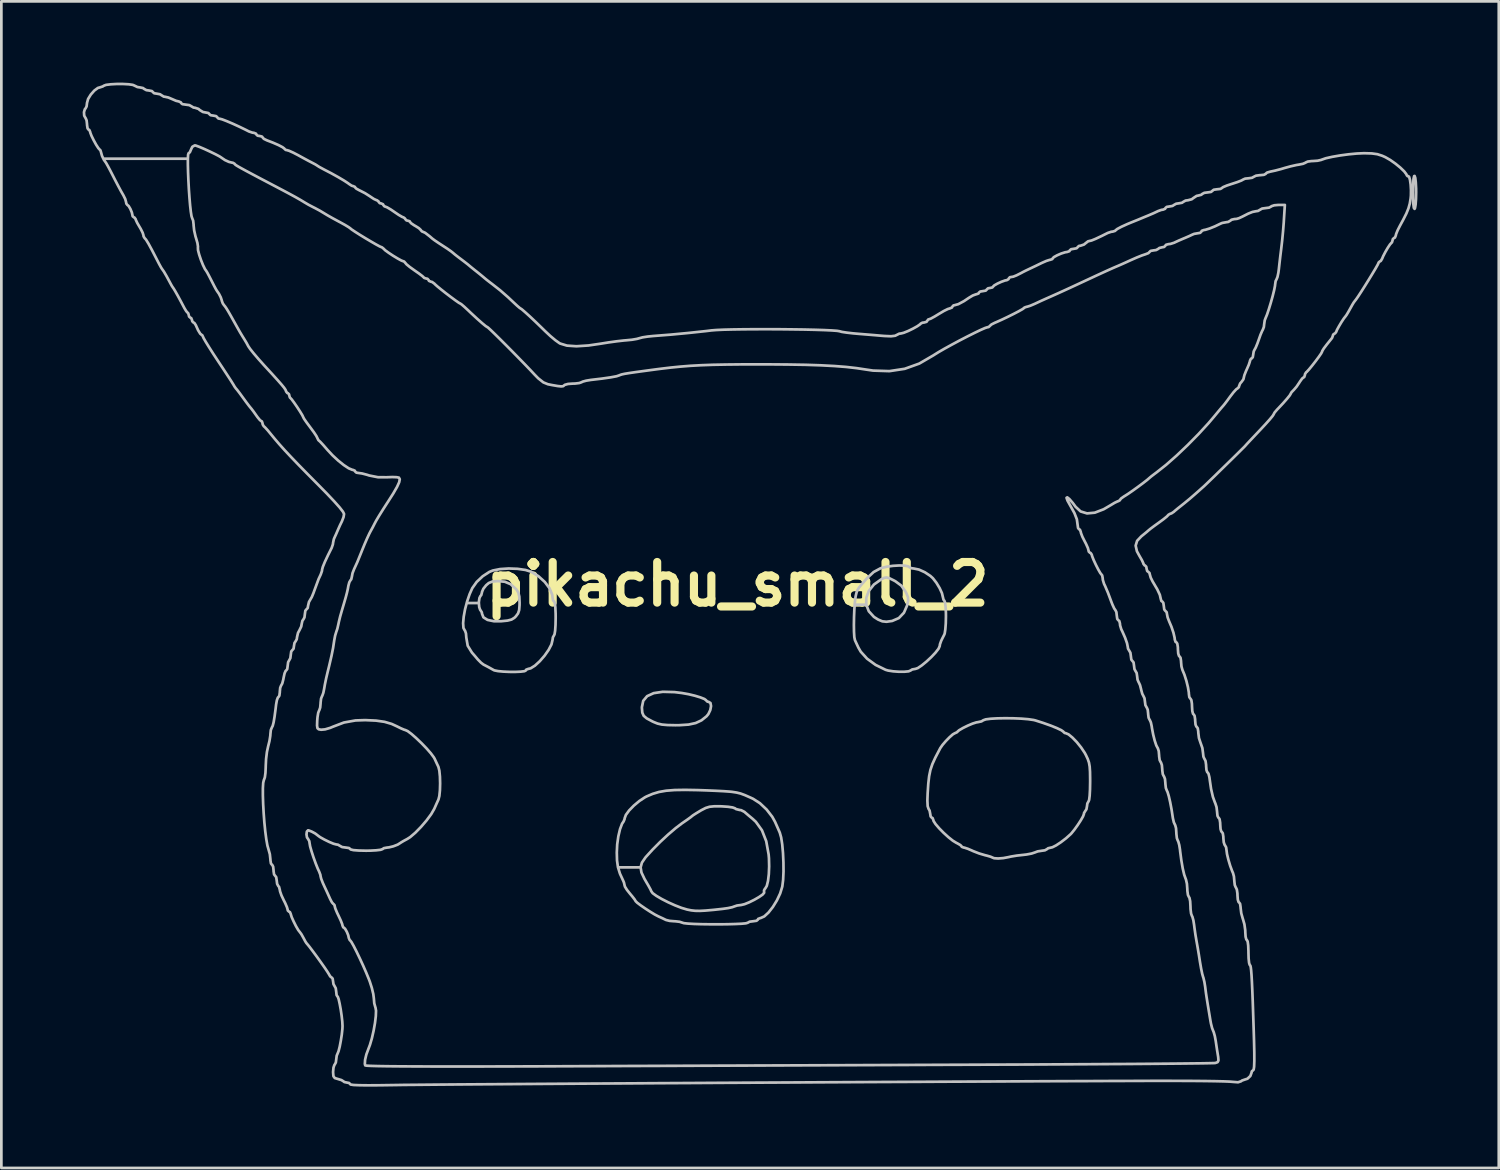
<source format=kicad_pcb>
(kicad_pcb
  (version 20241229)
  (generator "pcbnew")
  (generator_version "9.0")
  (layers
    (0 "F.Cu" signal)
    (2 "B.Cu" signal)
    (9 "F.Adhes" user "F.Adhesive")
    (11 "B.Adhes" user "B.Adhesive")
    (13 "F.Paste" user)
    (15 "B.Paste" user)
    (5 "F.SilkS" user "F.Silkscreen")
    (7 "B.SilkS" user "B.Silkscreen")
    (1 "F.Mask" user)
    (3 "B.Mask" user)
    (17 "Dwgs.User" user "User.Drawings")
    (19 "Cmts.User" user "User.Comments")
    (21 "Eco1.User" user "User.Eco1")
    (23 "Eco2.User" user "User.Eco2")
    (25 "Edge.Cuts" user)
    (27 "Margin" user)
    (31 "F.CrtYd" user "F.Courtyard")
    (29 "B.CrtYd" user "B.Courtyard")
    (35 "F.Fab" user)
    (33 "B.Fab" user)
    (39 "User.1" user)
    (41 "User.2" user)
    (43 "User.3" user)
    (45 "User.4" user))
  (footprint "pikachu_small_2"
    (layer "F.Cu")
    (at 24.174 18.517)
    (property "Reference" "pikachu_small_2" (at 0 0 0) (layer "F.SilkS") (effects (font (size 1.5 1.5) (thickness 0.3))))
    (attr board_only exclude_from_pos_files exclude_from_bom)
    (fp_poly (pts (xy 25.02 -15.002) (xy 25.039 -14.842) (xy 25.051 -14.618) (xy 25.053 -14.465) (xy 25.047 -14.214) (xy 25.032 -14.013) (xy 25.01 -13.886) (xy 24.995 -13.857) (xy 24.967 -13.894) (xy 24.948 -14.041) (xy 24.939 -14.292) (xy 24.937 -14.465) (xy 24.942 -14.768) (xy 24.956 -14.971) (xy 24.979 -15.067) (xy 24.995 -15.072)) (stroke (width 0.1) (type solid)) (fill no) (layer "Dwgs.User"))
    (fp_poly (pts (xy -2.325 3.982) (xy -2.054 4.015) (xy -1.812 4.058) (xy -1.574 4.115) (xy -1.369 4.177) (xy -1.221 4.236) (xy -1.158 4.283) (xy -1.157 4.287) (xy -1.11 4.334) (xy -1.07 4.339) (xy -0.997 4.384) (xy -0.976 4.497) (xy -1.004 4.644) (xy -1.075 4.793) (xy -1.143 4.875) (xy -1.331 5.025) (xy -1.544 5.124) (xy -1.807 5.181) (xy -2.148 5.203) (xy -2.298 5.204) (xy -2.583 5.198) (xy -2.789 5.18) (xy -2.951 5.143) (xy -3.105 5.081) (xy -3.15 5.059) (xy -3.348 4.953) (xy -3.462 4.857) (xy -3.514 4.74) (xy -3.528 4.57) (xy -3.528 4.538) (xy -3.48 4.304) (xy -3.335 4.131) (xy -3.093 4.02) (xy -2.756 3.97)) (stroke (width 0.1) (type solid)) (fill no) (layer "Dwgs.User"))
    (fp_poly (pts (xy 6.169 -0.687) (xy 6.301 -0.661) (xy 6.336 -0.636) (xy 6.415 -0.592) (xy 6.515 -0.579) (xy 6.7 -0.541) (xy 6.917 -0.442) (xy 7.119 -0.308) (xy 7.212 -0.223) (xy 7.344 -0.053) (xy 7.463 0.144) (xy 7.548 0.33) (xy 7.579 0.461) (xy 7.606 0.571) (xy 7.637 0.608) (xy 7.663 0.678) (xy 7.682 0.836) (xy 7.694 1.057) (xy 7.695 1.19) (xy 7.689 1.443) (xy 7.673 1.661) (xy 7.65 1.813) (xy 7.637 1.852) (xy 7.56 2.005) (xy 7.522 2.082) (xy 7.474 2.216) (xy 7.464 2.286) (xy 7.421 2.382) (xy 7.309 2.525) (xy 7.153 2.69) (xy 6.976 2.855) (xy 6.802 2.997) (xy 6.656 3.095) (xy 6.571 3.124) (xy 6.449 3.146) (xy 6.393 3.182) (xy 6.317 3.215) (xy 6.16 3.23) (xy 5.959 3.23) (xy 5.748 3.215) (xy 5.561 3.186) (xy 5.468 3.159) (xy 5.099 2.978) (xy 4.785 2.749) (xy 4.551 2.491) (xy 4.463 2.339) (xy 4.386 2.174) (xy 4.336 2.065) (xy 4.313 1.954) (xy 4.301 1.755) (xy 4.297 1.498) (xy 4.302 1.211) (xy 4.314 0.923) (xy 4.327 0.756) (xy 4.754 0.756) (xy 4.848 0.998) (xy 5.038 1.206) (xy 5.191 1.304) (xy 5.347 1.369) (xy 5.499 1.385) (xy 5.704 1.356) (xy 5.713 1.354) (xy 5.957 1.249) (xy 6.145 1.051) (xy 6.259 0.788) (xy 6.299 0.611) (xy 6.294 0.482) (xy 6.238 0.34) (xy 6.199 0.263) (xy 6.047 0.051) (xy 5.83 -0.109) (xy 5.781 -0.136) (xy 5.614 -0.219) (xy 5.507 -0.251) (xy 5.418 -0.237) (xy 5.312 -0.185) (xy 5.036 0.011) (xy 4.849 0.245) (xy 4.755 0.5) (xy 4.754 0.756) (xy 4.327 0.756) (xy 4.334 0.662) (xy 4.36 0.456) (xy 4.37 0.408) (xy 4.396 0.301) (xy 4.431 0.213) (xy 4.49 0.119) (xy 4.591 -0.005) (xy 4.749 -0.185) (xy 4.79 -0.231) (xy 5.026 -0.451) (xy 5.273 -0.585) (xy 5.322 -0.602) (xy 5.518 -0.649) (xy 5.745 -0.68) (xy 5.973 -0.693)) (stroke (width 0.1) (type solid)) (fill no) (layer "Dwgs.User"))
    (fp_poly (pts (xy -8.118 -0.569) (xy -7.826 -0.527) (xy -7.622 -0.463) (xy -7.347 -0.296) (xy -7.112 -0.083) (xy -6.936 0.153) (xy -6.839 0.387) (xy -6.827 0.491) (xy -6.808 0.6) (xy -6.769 0.636) (xy -6.743 0.692) (xy -6.724 0.847) (xy -6.713 1.085) (xy -6.712 1.241) (xy -6.717 1.501) (xy -6.731 1.711) (xy -6.753 1.845) (xy -6.769 1.88) (xy -6.814 1.96) (xy -6.827 2.056) (xy -6.867 2.222) (xy -6.973 2.425) (xy -7.123 2.639) (xy -7.298 2.841) (xy -7.476 3.004) (xy -7.637 3.105) (xy -7.72 3.124) (xy -7.8 3.154) (xy -7.811 3.182) (xy -7.864 3.21) (xy -8.003 3.227) (xy -8.199 3.236) (xy -8.422 3.235) (xy -8.645 3.225) (xy -8.837 3.207) (xy -8.97 3.181) (xy -8.997 3.17) (xy -9.131 3.095) (xy -9.2 3.057) (xy -9.33 2.989) (xy -9.372 2.968) (xy -9.464 2.899) (xy -9.581 2.781) (xy -9.599 2.76) (xy -9.709 2.63) (xy -9.795 2.532) (xy -9.803 2.523) (xy -9.959 2.27) (xy -10.01 1.971) (xy -10.023 1.817) (xy -10.056 1.718) (xy -10.067 1.707) (xy -10.116 1.614) (xy -10.128 1.437) (xy -10.107 1.2) (xy -10.057 0.926) (xy -9.996 0.694) (xy -9.547 0.694) (xy -9.533 0.847) (xy -9.499 0.945) (xy -9.489 0.955) (xy -9.438 1.037) (xy -9.431 1.089) (xy -9.378 1.222) (xy -9.228 1.316) (xy -8.995 1.365) (xy -8.717 1.365) (xy -8.49 1.342) (xy -8.341 1.304) (xy -8.236 1.239) (xy -8.182 1.186) (xy -8.101 1.078) (xy -8.059 0.953) (xy -8.045 0.768) (xy -8.044 0.677) (xy -8.054 0.455) (xy -8.089 0.308) (xy -8.159 0.196) (xy -8.178 0.174) (xy -8.376 -0.003) (xy -8.588 -0.092) (xy -8.844 -0.116) (xy -9.043 -0.101) (xy -9.182 -0.045) (xy -9.278 0.037) (xy -9.38 0.165) (xy -9.43 0.28) (xy -9.431 0.294) (xy -9.459 0.401) (xy -9.489 0.434) (xy -9.526 0.51) (xy -9.546 0.653) (xy -9.547 0.694) (xy -9.996 0.694) (xy -9.982 0.638) (xy -9.887 0.362) (xy -9.79 0.145) (xy -9.628 -0.084) (xy -9.404 -0.296) (xy -9.16 -0.455) (xy -9.034 -0.506) (xy -8.764 -0.56) (xy -8.445 -0.581)) (stroke (width 0.1) (type solid)) (fill no) (layer "Dwgs.User"))
    (fp_poly (pts (xy 10.179 4.949) (xy 10.472 4.961) (xy 10.731 4.982) (xy 10.931 5.011) (xy 10.993 5.026) (xy 11.286 5.12) (xy 11.557 5.216) (xy 11.785 5.308) (xy 11.95 5.386) (xy 12.03 5.442) (xy 12.035 5.453) (xy 12.081 5.492) (xy 12.116 5.497) (xy 12.221 5.542) (xy 12.365 5.661) (xy 12.528 5.83) (xy 12.686 6.027) (xy 12.819 6.226) (xy 12.861 6.304) (xy 12.93 6.451) (xy 12.975 6.583) (xy 13.001 6.732) (xy 13.014 6.928) (xy 13.018 7.2) (xy 13.018 7.298) (xy 13.013 7.583) (xy 13 7.811) (xy 12.981 7.962) (xy 12.96 8.013) (xy 12.915 8.093) (xy 12.903 8.187) (xy 12.881 8.308) (xy 12.845 8.361) (xy 12.793 8.444) (xy 12.787 8.486) (xy 12.755 8.572) (xy 12.672 8.717) (xy 12.559 8.89) (xy 12.437 9.06) (xy 12.327 9.196) (xy 12.296 9.228) (xy 12.126 9.38) (xy 11.938 9.524) (xy 11.761 9.641) (xy 11.625 9.71) (xy 11.58 9.72) (xy 11.467 9.746) (xy 11.427 9.778) (xy 11.348 9.822) (xy 11.246 9.836) (xy 11.08 9.862) (xy 10.981 9.9) (xy 10.857 9.941) (xy 10.668 9.977) (xy 10.537 9.992) (xy 10.311 10.017) (xy 10.098 10.052) (xy 10.01 10.072) (xy 9.814 10.109) (xy 9.622 10.124) (xy 9.474 10.114) (xy 9.416 10.091) (xy 9.343 10.058) (xy 9.2 10.017) (xy 9.14 10.003) (xy 8.924 9.939) (xy 8.7 9.852) (xy 8.662 9.834) (xy 8.502 9.765) (xy 8.378 9.724) (xy 8.35 9.72) (xy 8.28 9.694) (xy 8.274 9.677) (xy 8.226 9.627) (xy 8.11 9.561) (xy 8.086 9.55) (xy 7.952 9.469) (xy 7.785 9.336) (xy 7.607 9.174) (xy 7.441 9.005) (xy 7.311 8.853) (xy 7.239 8.741) (xy 7.232 8.712) (xy 7.202 8.632) (xy 7.174 8.621) (xy 7.13 8.572) (xy 7.117 8.488) (xy 7.091 8.355) (xy 7.053 8.291) (xy 7.02 8.191) (xy 7.01 7.983) (xy 7.02 7.715) (xy 7.044 7.358) (xy 7.075 7.083) (xy 7.122 6.854) (xy 7.195 6.638) (xy 7.303 6.401) (xy 7.456 6.108) (xy 7.488 6.047) (xy 7.57 5.93) (xy 7.692 5.788) (xy 7.827 5.65) (xy 7.948 5.543) (xy 8.027 5.497) (xy 8.031 5.497) (xy 8.105 5.462) (xy 8.11 5.453) (xy 8.178 5.392) (xy 8.319 5.309) (xy 8.497 5.221) (xy 8.676 5.145) (xy 8.82 5.099) (xy 8.869 5.092) (xy 9.007 5.062) (xy 9.075 5.02) (xy 9.165 4.988) (xy 9.345 4.965) (xy 9.591 4.951) (xy 9.877 4.946)) (stroke (width 0.1) (type solid)) (fill no) (layer "Dwgs.User"))
    (fp_poly (pts (xy -1.475 7.599) (xy -1.125 7.611) (xy -0.793 7.625) (xy -0.505 7.64) (xy -0.29 7.655) (xy -0.203 7.664) (xy -0.031 7.69) (xy 0.115 7.726) (xy 0.276 7.786) (xy 0.489 7.88) (xy 0.575 7.92) (xy 0.827 8.082) (xy 1.076 8.317) (xy 1.284 8.585) (xy 1.386 8.771) (xy 1.468 8.956) (xy 1.537 9.113) (xy 1.562 9.171) (xy 1.612 9.347) (xy 1.652 9.608) (xy 1.68 9.925) (xy 1.696 10.268) (xy 1.699 10.607) (xy 1.685 10.912) (xy 1.655 11.153) (xy 1.652 11.167) (xy 1.576 11.414) (xy 1.455 11.671) (xy 1.306 11.913) (xy 1.146 12.118) (xy 0.989 12.262) (xy 0.854 12.323) (xy 0.841 12.324) (xy 0.763 12.354) (xy 0.752 12.382) (xy 0.702 12.423) (xy 0.582 12.44) (xy 0.448 12.457) (xy 0.376 12.497) (xy 0.309 12.517) (xy 0.147 12.532) (xy -0.088 12.543) (xy -0.374 12.551) (xy -0.691 12.554) (xy -1.016 12.553) (xy -1.329 12.549) (xy -1.608 12.54) (xy -1.832 12.527) (xy -1.98 12.511) (xy -2.025 12.497) (xy -2.139 12.46) (xy -2.304 12.441) (xy -2.33 12.441) (xy -2.502 12.427) (xy -2.636 12.394) (xy -2.648 12.389) (xy -2.773 12.328) (xy -2.922 12.26) (xy -3.052 12.192) (xy -3.222 12.089) (xy -3.405 11.97) (xy -3.574 11.853) (xy -3.701 11.757) (xy -3.761 11.698) (xy -3.762 11.694) (xy -3.798 11.634) (xy -3.888 11.518) (xy -3.964 11.428) (xy -4.079 11.284) (xy -4.152 11.167) (xy -4.166 11.123) (xy -4.191 11.011) (xy -4.217 10.949) (xy -4.339 10.683) (xy -4.411 10.451) (xy -3.576 10.451) (xy -3.545 10.641) (xy -3.434 10.876) (xy -3.385 10.96) (xy -3.283 11.135) (xy -3.21 11.268) (xy -3.182 11.333) (xy -3.131 11.404) (xy -2.995 11.503) (xy -2.797 11.619) (xy -2.562 11.739) (xy -2.311 11.852) (xy -2.069 11.946) (xy -1.858 12.009) (xy -1.854 12.01) (xy -1.707 12.039) (xy -1.56 12.055) (xy -1.389 12.058) (xy -1.171 12.046) (xy -0.882 12.02) (xy -0.55 11.984) (xy -0.351 11.956) (xy -0.193 11.922) (xy -0.126 11.897) (xy -0.016 11.86) (xy 0.138 11.84) (xy 0.262 11.81) (xy 0.433 11.741) (xy 0.621 11.648) (xy 0.796 11.547) (xy 0.927 11.456) (xy 0.983 11.39) (xy 0.984 11.386) (xy 0.979 11.303) (xy 1.013 11.241) (xy 1.025 11.231) (xy 1.082 11.135) (xy 1.127 10.95) (xy 1.157 10.701) (xy 1.169 10.415) (xy 1.162 10.118) (xy 1.15 9.977) (xy 1.061 9.485) (xy 0.904 9.084) (xy 0.678 8.77) (xy 0.557 8.658) (xy 0.41 8.536) (xy 0.292 8.435) (xy 0.258 8.404) (xy 0.136 8.341) (xy 0.074 8.332) (xy -0.051 8.301) (xy -0.096 8.27) (xy -0.18 8.24) (xy -0.347 8.215) (xy -0.564 8.2) (xy -0.614 8.198) (xy -0.858 8.197) (xy -1.03 8.214) (xy -1.173 8.258) (xy -1.329 8.338) (xy -1.36 8.356) (xy -1.521 8.453) (xy -1.638 8.528) (xy -1.678 8.559) (xy -1.737 8.607) (xy -1.865 8.699) (xy -2.036 8.817) (xy -2.045 8.823) (xy -2.281 9.002) (xy -2.561 9.241) (xy -2.855 9.514) (xy -3.133 9.794) (xy -3.367 10.051) (xy -3.401 10.091) (xy -3.528 10.277) (xy -3.576 10.451) (xy -4.411 10.451) (xy -4.412 10.449) (xy -4.447 10.197) (xy -4.455 9.904) (xy -4.44 9.601) (xy -4.398 9.303) (xy -4.336 9.04) (xy -4.261 8.841) (xy -4.204 8.756) (xy -4.168 8.668) (xy -4.166 8.641) (xy -4.12 8.515) (xy -4 8.351) (xy -3.827 8.173) (xy -3.626 8.004) (xy -3.419 7.867) (xy -3.352 7.832) (xy -3.129 7.737) (xy -2.898 7.668) (xy -2.635 7.622) (xy -2.321 7.597) (xy -1.933 7.591)) (stroke (width 0.1) (type solid)) (fill no) (layer "Dwgs.User"))
    (fp_poly (pts (xy -22.478 -18.456) (xy -22.323 -18.434) (xy -22.262 -18.408) (xy -22.152 -18.354) (xy -22.065 -18.341) (xy -21.947 -18.318) (xy -21.9 -18.283) (xy -21.82 -18.239) (xy -21.723 -18.226) (xy -21.615 -18.205) (xy -21.581 -18.168) (xy -21.532 -18.124) (xy -21.44 -18.11) (xy -21.318 -18.088) (xy -21.263 -18.052) (xy -21.18 -18.001) (xy -21.13 -17.994) (xy -21.01 -17.968) (xy -20.866 -17.907) (xy -20.725 -17.846) (xy -20.62 -17.821) (xy -20.547 -17.787) (xy -20.54 -17.763) (xy -20.49 -17.722) (xy -20.37 -17.705) (xy -20.236 -17.687) (xy -20.164 -17.647) (xy -20.082 -17.597) (xy -20.023 -17.589) (xy -19.898 -17.547) (xy -19.846 -17.502) (xy -19.733 -17.433) (xy -19.636 -17.415) (xy -19.531 -17.395) (xy -19.498 -17.358) (xy -19.449 -17.314) (xy -19.354 -17.3) (xy -19.245 -17.28) (xy -19.209 -17.242) (xy -19.162 -17.192) (xy -19.112 -17.184) (xy -19.021 -17.16) (xy -18.853 -17.095) (xy -18.634 -17.002) (xy -18.39 -16.89) (xy -18.149 -16.773) (xy -18.038 -16.716) (xy -17.908 -16.671) (xy -17.85 -16.663) (xy -17.773 -16.632) (xy -17.763 -16.605) (xy -17.714 -16.558) (xy -17.647 -16.548) (xy -17.553 -16.526) (xy -17.531 -16.495) (xy -17.483 -16.441) (xy -17.372 -16.387) (xy -17.144 -16.299) (xy -16.943 -16.211) (xy -16.794 -16.133) (xy -16.724 -16.079) (xy -16.721 -16.071) (xy -16.675 -16.031) (xy -16.64 -16.027) (xy -16.55 -16) (xy -16.395 -15.93) (xy -16.22 -15.839) (xy -16.015 -15.726) (xy -15.823 -15.623) (xy -15.709 -15.564) (xy -15.582 -15.497) (xy -15.508 -15.45) (xy -15.506 -15.448) (xy -15.44 -15.406) (xy -15.312 -15.336) (xy -15.275 -15.316) (xy -14.996 -15.171) (xy -14.737 -15.027) (xy -14.524 -14.901) (xy -14.379 -14.806) (xy -14.344 -14.779) (xy -14.24 -14.711) (xy -14.185 -14.696) (xy -14.121 -14.667) (xy -14.118 -14.652) (xy -14.07 -14.603) (xy -13.953 -14.539) (xy -13.929 -14.528) (xy -13.75 -14.436) (xy -13.569 -14.321) (xy -13.557 -14.312) (xy -13.425 -14.224) (xy -13.326 -14.178) (xy -13.311 -14.175) (xy -13.252 -14.134) (xy -13.25 -14.118) (xy -13.203 -14.066) (xy -13.163 -14.06) (xy -13.086 -14.028) (xy -13.076 -14.002) (xy -13.031 -13.947) (xy -13.011 -13.944) (xy -12.932 -13.912) (xy -12.793 -13.83) (xy -12.663 -13.741) (xy -12.504 -13.633) (xy -12.378 -13.56) (xy -12.324 -13.539) (xy -12.268 -13.495) (xy -12.266 -13.481) (xy -12.219 -13.43) (xy -12.179 -13.423) (xy -12.102 -13.399) (xy -12.092 -13.379) (xy -12.046 -13.325) (xy -11.932 -13.248) (xy -11.89 -13.225) (xy -11.762 -13.145) (xy -11.692 -13.079) (xy -11.687 -13.067) (xy -11.643 -13.02) (xy -11.63 -13.018) (xy -11.531 -12.974) (xy -11.359 -12.841) (xy -11.262 -12.757) (xy -11.18 -12.696) (xy -11.034 -12.597) (xy -10.887 -12.501) (xy -10.713 -12.388) (xy -10.575 -12.291) (xy -10.511 -12.24) (xy -10.426 -12.168) (xy -10.288 -12.061) (xy -10.212 -12.004) (xy -10.063 -11.891) (xy -9.949 -11.802) (xy -9.916 -11.774) (xy -9.834 -11.705) (xy -9.701 -11.598) (xy -9.631 -11.543) (xy -9.488 -11.428) (xy -9.378 -11.337) (xy -9.348 -11.311) (xy -9.267 -11.244) (xy -9.132 -11.139) (xy -9.055 -11.081) (xy -8.759 -10.849) (xy -8.47 -10.596) (xy -8.262 -10.4) (xy -8.133 -10.28) (xy -8.041 -10.201) (xy -8.013 -10.183) (xy -7.957 -10.145) (xy -7.834 -10.039) (xy -7.66 -9.881) (xy -7.451 -9.684) (xy -7.223 -9.463) (xy -7.096 -9.339) (xy -6.907 -9.162) (xy -6.722 -9.007) (xy -6.575 -8.902) (xy -6.548 -8.886) (xy -6.296 -8.809) (xy -5.946 -8.785) (xy -5.501 -8.814) (xy -5.063 -8.878) (xy -4.764 -8.926) (xy -4.459 -8.968) (xy -4.196 -8.998) (xy -4.108 -9.005) (xy -3.893 -9.026) (xy -3.712 -9.057) (xy -3.616 -9.084) (xy -3.503 -9.114) (xy -3.314 -9.143) (xy -3.087 -9.166) (xy -3.067 -9.167) (xy -2.467 -9.214) (xy -1.811 -9.276) (xy -1.159 -9.346) (xy -0.955 -9.371) (xy -0.775 -9.385) (xy -0.51 -9.397) (xy -0.175 -9.405) (xy 0.216 -9.411) (xy 0.646 -9.414) (xy 1.1 -9.415) (xy 1.564 -9.413) (xy 2.021 -9.408) (xy 2.456 -9.402) (xy 2.854 -9.393) (xy 3.2 -9.382) (xy 3.478 -9.369) (xy 3.672 -9.355) (xy 3.769 -9.339) (xy 3.773 -9.337) (xy 3.856 -9.315) (xy 4.028 -9.289) (xy 4.26 -9.262) (xy 4.452 -9.245) (xy 4.756 -9.22) (xy 5.063 -9.195) (xy 5.327 -9.172) (xy 5.431 -9.164) (xy 5.668 -9.154) (xy 5.821 -9.173) (xy 5.862 -9.194) (xy 5.97 -9.249) (xy 6.036 -9.257) (xy 6.139 -9.283) (xy 6.297 -9.347) (xy 6.474 -9.433) (xy 6.633 -9.521) (xy 6.739 -9.594) (xy 6.76 -9.619) (xy 6.826 -9.655) (xy 6.89 -9.662) (xy 6.981 -9.688) (xy 7.001 -9.72) (xy 7.045 -9.776) (xy 7.062 -9.778) (xy 7.139 -9.807) (xy 7.28 -9.884) (xy 7.439 -9.981) (xy 7.616 -10.086) (xy 7.763 -10.159) (xy 7.841 -10.183) (xy 7.917 -10.215) (xy 7.927 -10.241) (xy 7.973 -10.293) (xy 8.007 -10.299) (xy 8.153 -10.339) (xy 8.364 -10.453) (xy 8.544 -10.574) (xy 8.686 -10.659) (xy 8.802 -10.702) (xy 8.818 -10.704) (xy 8.898 -10.733) (xy 8.91 -10.762) (xy 8.96 -10.805) (xy 9.055 -10.82) (xy 9.164 -10.839) (xy 9.2 -10.877) (xy 9.248 -10.924) (xy 9.315 -10.935) (xy 9.409 -10.955) (xy 9.431 -10.982) (xy 9.479 -11.031) (xy 9.596 -11.098) (xy 9.742 -11.165) (xy 9.876 -11.213) (xy 9.942 -11.225) (xy 10.006 -11.263) (xy 10.01 -11.282) (xy 10.056 -11.334) (xy 10.097 -11.34) (xy 10.18 -11.354) (xy 10.3 -11.402) (xy 10.485 -11.496) (xy 10.53 -11.521) (xy 10.639 -11.576) (xy 10.794 -11.65) (xy 10.82 -11.662) (xy 11.012 -11.753) (xy 11.217 -11.853) (xy 11.245 -11.866) (xy 11.402 -11.935) (xy 11.524 -11.974) (xy 11.548 -11.977) (xy 11.622 -12.004) (xy 11.63 -12.023) (xy 11.678 -12.075) (xy 11.798 -12.142) (xy 11.95 -12.208) (xy 12.094 -12.254) (xy 12.17 -12.266) (xy 12.253 -12.295) (xy 12.266 -12.324) (xy 12.316 -12.367) (xy 12.411 -12.382) (xy 12.519 -12.402) (xy 12.555 -12.44) (xy 12.603 -12.488) (xy 12.664 -12.497) (xy 12.792 -12.54) (xy 12.845 -12.584) (xy 12.94 -12.658) (xy 12.991 -12.671) (xy 13.072 -12.69) (xy 13.219 -12.75) (xy 13.446 -12.857) (xy 13.668 -12.968) (xy 13.796 -13.011) (xy 13.852 -13.018) (xy 13.939 -13.044) (xy 13.954 -13.062) (xy 14.02 -13.115) (xy 14.175 -13.197) (xy 14.395 -13.297) (xy 14.523 -13.35) (xy 14.696 -13.42) (xy 14.812 -13.467) (xy 14.96 -13.529) (xy 15.145 -13.605) (xy 15.188 -13.623) (xy 15.358 -13.696) (xy 15.494 -13.76) (xy 15.52 -13.773) (xy 15.649 -13.82) (xy 15.708 -13.828) (xy 15.785 -13.859) (xy 15.795 -13.886) (xy 15.845 -13.93) (xy 15.937 -13.944) (xy 16.059 -13.965) (xy 16.114 -14.002) (xy 16.194 -14.047) (xy 16.287 -14.06) (xy 16.408 -14.082) (xy 16.461 -14.118) (xy 16.541 -14.163) (xy 16.631 -14.175) (xy 16.768 -14.211) (xy 16.837 -14.262) (xy 16.949 -14.336) (xy 17.014 -14.349) (xy 17.122 -14.377) (xy 17.155 -14.407) (xy 17.233 -14.449) (xy 17.361 -14.465) (xy 17.481 -14.482) (xy 17.531 -14.523) (xy 17.581 -14.563) (xy 17.703 -14.58) (xy 17.705 -14.58) (xy 17.827 -14.593) (xy 17.878 -14.623) (xy 17.878 -14.624) (xy 17.929 -14.661) (xy 18.063 -14.717) (xy 18.252 -14.78) (xy 18.26 -14.782) (xy 18.454 -14.846) (xy 18.601 -14.903) (xy 18.668 -14.941) (xy 18.668 -14.941) (xy 18.74 -14.973) (xy 18.862 -14.985) (xy 18.994 -15.004) (xy 19.064 -15.043) (xy 19.141 -15.082) (xy 19.282 -15.101) (xy 19.299 -15.101) (xy 19.432 -15.114) (xy 19.497 -15.147) (xy 19.498 -15.153) (xy 19.549 -15.196) (xy 19.672 -15.232) (xy 19.686 -15.235) (xy 19.85 -15.27) (xy 20.064 -15.326) (xy 20.193 -15.365) (xy 20.415 -15.426) (xy 20.631 -15.475) (xy 20.728 -15.491) (xy 20.877 -15.521) (xy 20.97 -15.562) (xy 20.978 -15.57) (xy 21.051 -15.603) (xy 21.193 -15.621) (xy 21.238 -15.622) (xy 21.413 -15.634) (xy 21.551 -15.665) (xy 21.568 -15.673) (xy 21.718 -15.725) (xy 21.954 -15.778) (xy 22.243 -15.828) (xy 22.554 -15.87) (xy 22.858 -15.899) (xy 23.122 -15.911) (xy 23.14 -15.911) (xy 23.415 -15.903) (xy 23.621 -15.875) (xy 23.803 -15.816) (xy 23.914 -15.766) (xy 24.094 -15.663) (xy 24.287 -15.527) (xy 24.468 -15.379) (xy 24.613 -15.239) (xy 24.695 -15.13) (xy 24.706 -15.096) (xy 24.74 -15.061) (xy 24.756 -15.068) (xy 24.794 -15.039) (xy 24.826 -14.923) (xy 24.85 -14.75) (xy 24.862 -14.548) (xy 24.859 -14.346) (xy 24.849 -14.242) (xy 24.817 -14.05) (xy 24.768 -13.874) (xy 24.691 -13.684) (xy 24.572 -13.449) (xy 24.455 -13.233) (xy 24.368 -13.063) (xy 24.312 -12.925) (xy 24.301 -12.872) (xy 24.269 -12.796) (xy 24.243 -12.787) (xy 24.191 -12.74) (xy 24.185 -12.705) (xy 24.159 -12.618) (xy 24.142 -12.604) (xy 24.087 -12.543) (xy 24.003 -12.416) (xy 23.912 -12.259) (xy 23.834 -12.108) (xy 23.798 -12.02) (xy 23.748 -11.935) (xy 23.715 -11.919) (xy 23.665 -11.875) (xy 23.664 -11.863) (xy 23.635 -11.799) (xy 23.557 -11.661) (xy 23.443 -11.47) (xy 23.308 -11.249) (xy 23.166 -11.02) (xy 23.03 -10.806) (xy 22.914 -10.628) (xy 22.831 -10.509) (xy 22.802 -10.472) (xy 22.75 -10.404) (xy 22.695 -10.313) (xy 22.606 -10.153) (xy 22.55 -10.053) (xy 22.485 -9.944) (xy 22.449 -9.894) (xy 22.383 -9.81) (xy 22.293 -9.673) (xy 22.202 -9.52) (xy 22.13 -9.389) (xy 22.102 -9.317) (xy 22.059 -9.259) (xy 22.044 -9.257) (xy 21.988 -9.213) (xy 21.986 -9.197) (xy 21.953 -9.101) (xy 21.929 -9.067) (xy 21.754 -8.849) (xy 21.644 -8.704) (xy 21.591 -8.618) (xy 21.581 -8.587) (xy 21.548 -8.522) (xy 21.461 -8.396) (xy 21.343 -8.237) (xy 21.215 -8.073) (xy 21.098 -7.931) (xy 21.014 -7.839) (xy 20.99 -7.821) (xy 20.949 -7.754) (xy 20.945 -7.719) (xy 20.919 -7.645) (xy 20.899 -7.637) (xy 20.844 -7.592) (xy 20.763 -7.48) (xy 20.744 -7.449) (xy 20.641 -7.296) (xy 20.538 -7.175) (xy 20.53 -7.168) (xy 20.448 -7.082) (xy 20.424 -7.036) (xy 20.387 -6.972) (xy 20.286 -6.847) (xy 20.141 -6.682) (xy 19.969 -6.498) (xy 19.918 -6.445) (xy 19.827 -6.339) (xy 19.788 -6.265) (xy 19.788 -6.264) (xy 19.75 -6.206) (xy 19.647 -6.082) (xy 19.493 -5.91) (xy 19.303 -5.706) (xy 19.267 -5.668) (xy 19.074 -5.464) (xy 18.913 -5.293) (xy 18.799 -5.171) (xy 18.748 -5.114) (xy 18.747 -5.112) (xy 18.708 -5.071) (xy 18.601 -4.965) (xy 18.444 -4.809) (xy 18.251 -4.619) (xy 18.037 -4.41) (xy 17.82 -4.198) (xy 17.615 -3.997) (xy 17.436 -3.824) (xy 17.301 -3.694) (xy 17.225 -3.622) (xy 17.219 -3.616) (xy 17.142 -3.548) (xy 17.011 -3.431) (xy 16.893 -3.327) (xy 16.703 -3.162) (xy 16.504 -2.998) (xy 16.409 -2.922) (xy 16.26 -2.804) (xy 16.142 -2.706) (xy 16.11 -2.676) (xy 16.016 -2.613) (xy 15.978 -2.604) (xy 15.906 -2.563) (xy 15.902 -2.555) (xy 15.848 -2.499) (xy 15.725 -2.399) (xy 15.564 -2.281) (xy 15.392 -2.157) (xy 15.254 -2.054) (xy 15.184 -1.997) (xy 15.103 -1.927) (xy 14.971 -1.819) (xy 14.909 -1.769) (xy 14.752 -1.603) (xy 14.698 -1.425) (xy 14.745 -1.218) (xy 14.841 -1.041) (xy 14.927 -0.893) (xy 14.979 -0.781) (xy 14.985 -0.753) (xy 15.029 -0.696) (xy 15.043 -0.694) (xy 15.09 -0.646) (xy 15.101 -0.579) (xy 15.125 -0.485) (xy 15.159 -0.463) (xy 15.21 -0.415) (xy 15.221 -0.362) (xy 15.254 -0.245) (xy 15.327 -0.098) (xy 15.334 -0.087) (xy 15.497 0.19) (xy 15.591 0.391) (xy 15.622 0.527) (xy 15.622 0.53) (xy 15.648 0.619) (xy 15.68 0.636) (xy 15.72 0.687) (xy 15.738 0.808) (xy 15.738 0.81) (xy 15.754 0.932) (xy 15.795 0.984) (xy 15.795 0.984) (xy 15.843 1.032) (xy 15.853 1.095) (xy 15.879 1.226) (xy 15.934 1.369) (xy 16.02 1.571) (xy 16.093 1.789) (xy 16.136 1.975) (xy 16.143 2.044) (xy 16.171 2.127) (xy 16.2 2.141) (xy 16.235 2.192) (xy 16.256 2.323) (xy 16.258 2.401) (xy 16.27 2.556) (xy 16.299 2.65) (xy 16.316 2.662) (xy 16.354 2.712) (xy 16.374 2.838) (xy 16.374 2.865) (xy 16.389 3.033) (xy 16.425 3.164) (xy 16.428 3.169) (xy 16.499 3.34) (xy 16.571 3.568) (xy 16.629 3.804) (xy 16.661 3.999) (xy 16.663 4.047) (xy 16.68 4.17) (xy 16.72 4.224) (xy 16.721 4.224) (xy 16.754 4.276) (xy 16.775 4.409) (xy 16.779 4.513) (xy 16.789 4.678) (xy 16.816 4.783) (xy 16.837 4.802) (xy 16.873 4.854) (xy 16.893 4.982) (xy 16.895 5.034) (xy 16.908 5.179) (xy 16.94 5.259) (xy 16.953 5.265) (xy 16.99 5.316) (xy 17.01 5.443) (xy 17.011 5.482) (xy 17.035 5.678) (xy 17.094 5.857) (xy 17.098 5.865) (xy 17.161 6.047) (xy 17.184 6.223) (xy 17.2 6.365) (xy 17.238 6.449) (xy 17.242 6.451) (xy 17.279 6.527) (xy 17.299 6.671) (xy 17.3 6.715) (xy 17.312 6.859) (xy 17.341 6.938) (xy 17.352 6.943) (xy 17.388 6.995) (xy 17.421 7.127) (xy 17.433 7.218) (xy 17.482 7.554) (xy 17.549 7.847) (xy 17.626 8.061) (xy 17.637 8.082) (xy 17.684 8.228) (xy 17.705 8.407) (xy 17.705 8.415) (xy 17.719 8.55) (xy 17.754 8.619) (xy 17.763 8.621) (xy 17.797 8.673) (xy 17.818 8.804) (xy 17.821 8.881) (xy 17.832 9.037) (xy 17.861 9.13) (xy 17.878 9.142) (xy 17.915 9.193) (xy 17.935 9.321) (xy 17.936 9.37) (xy 17.95 9.524) (xy 17.983 9.623) (xy 17.994 9.633) (xy 18.038 9.713) (xy 18.052 9.817) (xy 18.071 9.962) (xy 18.121 10.168) (xy 18.188 10.393) (xy 18.261 10.591) (xy 18.292 10.66) (xy 18.326 10.786) (xy 18.341 10.954) (xy 18.341 10.96) (xy 18.357 11.104) (xy 18.394 11.192) (xy 18.399 11.196) (xy 18.434 11.271) (xy 18.455 11.417) (xy 18.457 11.488) (xy 18.469 11.642) (xy 18.498 11.734) (xy 18.515 11.745) (xy 18.553 11.796) (xy 18.572 11.922) (xy 18.573 11.95) (xy 18.597 12.147) (xy 18.654 12.35) (xy 18.659 12.362) (xy 18.713 12.552) (xy 18.744 12.778) (xy 18.746 12.852) (xy 18.757 13.014) (xy 18.784 13.116) (xy 18.804 13.134) (xy 18.833 13.188) (xy 18.853 13.336) (xy 18.862 13.555) (xy 18.862 13.597) (xy 18.868 13.812) (xy 18.885 13.974) (xy 18.909 14.055) (xy 18.917 14.06) (xy 18.933 14.079) (xy 18.948 14.142) (xy 18.962 14.258) (xy 18.976 14.435) (xy 18.99 14.681) (xy 19.005 15.006) (xy 19.021 15.416) (xy 19.038 15.922) (xy 19.058 16.53) (xy 19.068 16.851) (xy 19.078 17.28) (xy 19.079 17.598) (xy 19.071 17.81) (xy 19.054 17.918) (xy 19.039 17.936) (xy 18.985 17.983) (xy 18.978 18.027) (xy 18.932 18.153) (xy 18.825 18.254) (xy 18.733 18.283) (xy 18.623 18.321) (xy 18.589 18.348) (xy 18.477 18.385) (xy 18.274 18.369) (xy 18.165 18.36) (xy 17.954 18.352) (xy 17.652 18.345) (xy 17.274 18.339) (xy 16.83 18.335) (xy 16.336 18.333) (xy 15.802 18.332) (xy 15.333 18.332) (xy 14.585 18.335) (xy 13.765 18.337) (xy 12.879 18.341) (xy 11.934 18.344) (xy 10.936 18.348) (xy 9.891 18.353) (xy 8.806 18.358) (xy 7.688 18.363) (xy 6.541 18.369) (xy 5.374 18.374) (xy 4.192 18.38) (xy 3.001 18.386) (xy 1.809 18.393) (xy 0.621 18.399) (xy -0.556 18.405) (xy -1.715 18.412) (xy -2.851 18.418) (xy -3.957 18.425) (xy -5.027 18.431) (xy -6.054 18.437) (xy -7.031 18.443) (xy -7.953 18.449) (xy -8.813 18.455) (xy -9.604 18.46) (xy -10.321 18.465) (xy -10.957 18.47) (xy -11.505 18.475) (xy -11.959 18.479) (xy -12.312 18.482) (xy -12.559 18.486) (xy -12.628 18.487) (xy -13.183 18.495) (xy -13.624 18.498) (xy -13.952 18.494) (xy -14.17 18.485) (xy -14.278 18.469) (xy -14.291 18.459) (xy -14.339 18.41) (xy -14.403 18.399) (xy -14.512 18.376) (xy -14.547 18.349) (xy -14.621 18.303) (xy -14.753 18.263) (xy -14.866 18.229) (xy -14.916 18.16) (xy -14.928 18.02) (xy -14.928 17.999) (xy -14.914 17.844) (xy -14.881 17.745) (xy -14.87 17.734) (xy -14.827 17.655) (xy -14.812 17.539) (xy -14.795 17.402) (xy -14.763 17.326) (xy -14.727 17.238) (xy -14.684 17.069) (xy -14.643 16.853) (xy -14.607 16.625) (xy -14.585 16.418) (xy -14.58 16.31) (xy -14.589 16.14) (xy -14.613 15.927) (xy -14.646 15.7) (xy -14.685 15.488) (xy -14.722 15.321) (xy -14.755 15.227) (xy -14.767 15.217) (xy -14.799 15.167) (xy -14.812 15.047) (xy -14.83 14.913) (xy -14.87 14.841) (xy -14.914 14.761) (xy -14.928 14.664) (xy -14.945 14.557) (xy -14.976 14.523) (xy -15.035 14.476) (xy -15.084 14.392) (xy -15.137 14.306) (xy -15.24 14.153) (xy -15.377 13.959) (xy -15.529 13.747) (xy -15.678 13.545) (xy -15.805 13.377) (xy -15.893 13.269) (xy -15.911 13.25) (xy -15.955 13.182) (xy -16.021 13.058) (xy -16.027 13.047) (xy -16.098 12.919) (xy -16.153 12.844) (xy -16.155 12.842) (xy -16.215 12.765) (xy -16.299 12.62) (xy -16.385 12.448) (xy -16.456 12.29) (xy -16.489 12.184) (xy -16.49 12.176) (xy -16.522 12.101) (xy -16.548 12.092) (xy -16.6 12.046) (xy -16.605 12.014) (xy -16.631 11.922) (xy -16.697 11.769) (xy -16.75 11.664) (xy -16.833 11.488) (xy -16.885 11.339) (xy -16.895 11.283) (xy -16.922 11.173) (xy -16.953 11.138) (xy -16.994 11.06) (xy -17.01 10.932) (xy -17.028 10.812) (xy -17.068 10.762) (xy -17.107 10.711) (xy -17.126 10.586) (xy -17.126 10.559) (xy -17.141 10.425) (xy -17.176 10.358) (xy -17.184 10.357) (xy -17.223 10.306) (xy -17.242 10.181) (xy -17.242 10.158) (xy -17.263 9.965) (xy -17.31 9.796) (xy -17.353 9.645) (xy -17.394 9.413) (xy -17.432 9.122) (xy -17.465 8.794) (xy -17.491 8.45) (xy -17.51 8.11) (xy -17.52 7.796) (xy -17.52 7.53) (xy -17.508 7.331) (xy -17.483 7.222) (xy -17.477 7.213) (xy -17.447 7.128) (xy -17.425 6.962) (xy -17.415 6.747) (xy -17.415 6.715) (xy -17.402 6.451) (xy -17.37 6.189) (xy -17.328 5.994) (xy -17.277 5.787) (xy -17.246 5.594) (xy -17.242 5.528) (xy -17.227 5.383) (xy -17.19 5.291) (xy -17.157 5.227) (xy -17.124 5.099) (xy -17.089 4.89) (xy -17.049 4.587) (xy -17.032 4.441) (xy -17.003 4.281) (xy -16.966 4.181) (xy -16.947 4.166) (xy -16.912 4.115) (xy -16.895 3.99) (xy -16.895 3.967) (xy -16.881 3.824) (xy -16.848 3.74) (xy -16.844 3.736) (xy -16.805 3.664) (xy -16.767 3.519) (xy -16.753 3.443) (xy -16.719 3.288) (xy -16.678 3.195) (xy -16.66 3.182) (xy -16.621 3.132) (xy -16.605 3.012) (xy -16.588 2.878) (xy -16.548 2.806) (xy -16.506 2.728) (xy -16.49 2.6) (xy -16.473 2.48) (xy -16.432 2.43) (xy -16.388 2.381) (xy -16.374 2.289) (xy -16.353 2.166) (xy -16.316 2.112) (xy -16.27 2.031) (xy -16.258 1.946) (xy -16.223 1.795) (xy -16.173 1.703) (xy -16.104 1.561) (xy -16.087 1.464) (xy -16.061 1.348) (xy -16.027 1.302) (xy -15.985 1.224) (xy -15.969 1.096) (xy -15.952 0.976) (xy -15.911 0.926) (xy -15.865 0.877) (xy -15.853 0.8) (xy -15.819 0.654) (xy -15.778 0.583) (xy -15.713 0.47) (xy -15.645 0.305) (xy -15.63 0.26) (xy -15.463 -0.192) (xy -15.384 -0.361) (xy -15.34 -0.488) (xy -15.333 -0.544) (xy -15.306 -0.644) (xy -15.231 -0.827) (xy -15.115 -1.074) (xy -14.98 -1.344) (xy -14.935 -1.475) (xy -14.928 -1.533) (xy -14.902 -1.66) (xy -14.876 -1.722) (xy -14.818 -1.848) (xy -14.754 -1.996) (xy -14.674 -2.176) (xy -14.602 -2.323) (xy -14.543 -2.476) (xy -14.523 -2.595) (xy -14.565 -2.679) (xy -14.688 -2.837) (xy -14.889 -3.062) (xy -15.162 -3.351) (xy -15.463 -3.657) (xy -15.871 -4.069) (xy -16.208 -4.413) (xy -16.486 -4.703) (xy -16.717 -4.95) (xy -16.912 -5.168) (xy -17.085 -5.37) (xy -17.213 -5.526) (xy -17.339 -5.679) (xy -17.44 -5.791) (xy -17.488 -5.834) (xy -17.528 -5.901) (xy -17.531 -5.935) (xy -17.556 -6.01) (xy -17.575 -6.018) (xy -17.631 -6.062) (xy -17.721 -6.172) (xy -17.763 -6.231) (xy -17.865 -6.375) (xy -17.948 -6.484) (xy -17.966 -6.505) (xy -18.029 -6.582) (xy -18.135 -6.722) (xy -18.254 -6.885) (xy -18.374 -7.05) (xy -18.47 -7.175) (xy -18.519 -7.232) (xy -18.574 -7.309) (xy -18.578 -7.319) (xy -18.617 -7.384) (xy -18.708 -7.529) (xy -18.843 -7.736) (xy -19.009 -7.989) (xy -19.166 -8.225) (xy -19.349 -8.503) (xy -19.507 -8.751) (xy -19.63 -8.95) (xy -19.708 -9.085) (xy -19.73 -9.136) (xy -19.761 -9.197) (xy -19.774 -9.2) (xy -19.833 -9.249) (xy -19.911 -9.376) (xy -19.989 -9.548) (xy -19.994 -9.561) (xy -20.05 -9.646) (xy -20.084 -9.662) (xy -20.129 -9.709) (xy -20.135 -9.749) (xy -20.166 -9.826) (xy -20.193 -9.836) (xy -20.245 -9.882) (xy -20.251 -9.918) (xy -20.276 -10.004) (xy -20.294 -10.019) (xy -20.348 -10.079) (xy -20.421 -10.2) (xy -20.427 -10.212) (xy -20.547 -10.439) (xy -20.661 -10.65) (xy -20.756 -10.818) (xy -20.817 -10.919) (xy -20.829 -10.935) (xy -20.874 -11.002) (xy -20.943 -11.126) (xy -20.949 -11.138) (xy -21.076 -11.373) (xy -21.175 -11.543) (xy -21.235 -11.628) (xy -21.237 -11.63) (xy -21.278 -11.693) (xy -21.353 -11.829) (xy -21.429 -11.977) (xy -21.608 -12.324) (xy -21.742 -12.571) (xy -21.834 -12.721) (xy -21.885 -12.777) (xy -21.925 -12.844) (xy -21.928 -12.88) (xy -21.958 -12.976) (xy -22.032 -13.123) (xy -22.073 -13.192) (xy -22.159 -13.34) (xy -22.211 -13.452) (xy -22.218 -13.48) (xy -22.261 -13.537) (xy -22.276 -13.539) (xy -22.329 -13.585) (xy -22.333 -13.614) (xy -22.357 -13.723) (xy -22.411 -13.854) (xy -22.475 -13.962) (xy -22.522 -14.001) (xy -22.56 -14.05) (xy -22.569 -14.103) (xy -22.601 -14.22) (xy -22.674 -14.367) (xy -22.681 -14.378) (xy -22.755 -14.507) (xy -22.862 -14.706) (xy -22.984 -14.939) (xy -23.037 -15.043) (xy -23.148 -15.259) (xy -23.24 -15.433) (xy -23.27 -15.485) (xy -20.289 -15.485) (xy -20.282 -15.209) (xy -20.269 -14.9) (xy -20.252 -14.579) (xy -20.23 -14.266) (xy -20.206 -13.983) (xy -20.18 -13.749) (xy -20.154 -13.585) (xy -20.13 -13.513) (xy -20.094 -13.422) (xy -20.077 -13.272) (xy -20.077 -13.248) (xy -20.057 -13.062) (xy -20.008 -12.843) (xy -19.985 -12.769) (xy -19.936 -12.597) (xy -19.916 -12.464) (xy -19.919 -12.426) (xy -19.914 -12.332) (xy -19.872 -12.169) (xy -19.807 -11.974) (xy -19.731 -11.784) (xy -19.658 -11.634) (xy -19.614 -11.572) (xy -19.575 -11.509) (xy -19.502 -11.372) (xy -19.412 -11.196) (xy -19.32 -11.016) (xy -19.247 -10.88) (xy -19.209 -10.82) (xy -19.142 -10.723) (xy -19.074 -10.589) (xy -19.037 -10.478) (xy -19.036 -10.463) (xy -19 -10.367) (xy -18.955 -10.303) (xy -18.914 -10.253) (xy -18.866 -10.183) (xy -18.8 -10.075) (xy -18.706 -9.912) (xy -18.573 -9.675) (xy -18.469 -9.489) (xy -18.364 -9.304) (xy -18.264 -9.138) (xy -18.23 -9.084) (xy -18.128 -8.916) (xy -18.057 -8.784) (xy -17.989 -8.684) (xy -17.859 -8.521) (xy -17.685 -8.317) (xy -17.484 -8.092) (xy -17.451 -8.056) (xy -17.177 -7.758) (xy -16.973 -7.532) (xy -16.829 -7.368) (xy -16.736 -7.254) (xy -16.685 -7.178) (xy -16.665 -7.129) (xy -16.663 -7.116) (xy -16.619 -7.06) (xy -16.605 -7.059) (xy -16.553 -7.012) (xy -16.548 -6.977) (xy -16.522 -6.89) (xy -16.504 -6.876) (xy -16.454 -6.821) (xy -16.364 -6.699) (xy -16.255 -6.541) (xy -16.149 -6.378) (xy -16.066 -6.242) (xy -16.028 -6.163) (xy -16.027 -6.158) (xy -15.994 -6.099) (xy -15.907 -5.974) (xy -15.785 -5.81) (xy -15.767 -5.786) (xy -15.64 -5.614) (xy -15.547 -5.474) (xy -15.507 -5.394) (xy -15.506 -5.39) (xy -15.47 -5.318) (xy -15.463 -5.313) (xy -15.407 -5.263) (xy -15.298 -5.146) (xy -15.16 -4.988) (xy -15.138 -4.962) (xy -14.949 -4.759) (xy -14.74 -4.565) (xy -14.534 -4.4) (xy -14.353 -4.28) (xy -14.222 -4.225) (xy -14.204 -4.224) (xy -14.127 -4.192) (xy -14.118 -4.166) (xy -14.068 -4.12) (xy -13.987 -4.107) (xy -13.854 -4.088) (xy -13.672 -4.04) (xy -13.597 -4.015) (xy -13.269 -3.95) (xy -12.949 -3.949) (xy -12.743 -3.957) (xy -12.58 -3.951) (xy -12.499 -3.935) (xy -12.466 -3.877) (xy -12.488 -3.766) (xy -12.567 -3.593) (xy -12.708 -3.348) (xy -12.916 -3.022) (xy -12.925 -3.009) (xy -13.082 -2.765) (xy -13.225 -2.536) (xy -13.335 -2.351) (xy -13.386 -2.256) (xy -13.465 -2.101) (xy -13.531 -1.98) (xy -13.539 -1.967) (xy -13.592 -1.865) (xy -13.673 -1.691) (xy -13.764 -1.481) (xy -13.85 -1.272) (xy -13.884 -1.186) (xy -14.036 -0.812) (xy -14.152 -0.559) (xy -14.211 -0.408) (xy -14.233 -0.288) (xy -14.258 -0.181) (xy -14.285 -0.149) (xy -14.329 -0.074) (xy -14.365 0.062) (xy -14.366 0.072) (xy -14.387 0.186) (xy -14.416 0.314) (xy -14.46 0.479) (xy -14.526 0.707) (xy -14.608 0.984) (xy -14.668 1.195) (xy -14.715 1.389) (xy -14.733 1.475) (xy -14.771 1.643) (xy -14.813 1.765) (xy -14.853 1.898) (xy -14.887 2.077) (xy -14.892 2.112) (xy -14.929 2.356) (xy -14.989 2.653) (xy -15.076 3.026) (xy -15.129 3.24) (xy -15.185 3.477) (xy -15.232 3.707) (xy -15.256 3.848) (xy -15.288 4.008) (xy -15.328 4.119) (xy -15.338 4.134) (xy -15.373 4.225) (xy -15.39 4.375) (xy -15.39 4.397) (xy -15.404 4.551) (xy -15.438 4.653) (xy -15.444 4.661) (xy -15.477 4.745) (xy -15.503 4.905) (xy -15.514 5.034) (xy -15.52 5.216) (xy -15.506 5.313) (xy -15.458 5.355) (xy -15.369 5.371) (xy -15.222 5.357) (xy -15.032 5.301) (xy -14.938 5.261) (xy -14.529 5.105) (xy -14.101 5.028) (xy -13.741 5.016) (xy -13.344 5.034) (xy -13.029 5.079) (xy -12.767 5.156) (xy -12.578 5.243) (xy -12.418 5.322) (xy -12.299 5.372) (xy -12.264 5.381) (xy -12.174 5.422) (xy -12.03 5.53) (xy -11.852 5.687) (xy -11.66 5.871) (xy -11.475 6.063) (xy -11.318 6.243) (xy -11.209 6.391) (xy -11.181 6.44) (xy -11.101 6.613) (xy -11.04 6.742) (xy -11.005 6.883) (xy -10.984 7.099) (xy -10.977 7.352) (xy -10.984 7.604) (xy -11.005 7.816) (xy -11.038 7.945) (xy -11.1 8.081) (xy -11.178 8.256) (xy -11.194 8.292) (xy -11.306 8.487) (xy -11.477 8.718) (xy -11.68 8.955) (xy -11.891 9.171) (xy -12.083 9.335) (xy -12.186 9.401) (xy -12.33 9.479) (xy -12.425 9.536) (xy -12.44 9.547) (xy -12.543 9.612) (xy -12.704 9.674) (xy -12.867 9.714) (xy -12.931 9.72) (xy -13.052 9.742) (xy -13.105 9.778) (xy -13.175 9.803) (xy -13.336 9.822) (xy -13.56 9.834) (xy -13.716 9.836) (xy -13.984 9.83) (xy -14.177 9.815) (xy -14.279 9.791) (xy -14.291 9.778) (xy -14.341 9.737) (xy -14.461 9.72) (xy -14.595 9.702) (xy -14.667 9.662) (xy -14.749 9.614) (xy -14.813 9.605) (xy -14.915 9.578) (xy -15.075 9.511) (xy -15.254 9.423) (xy -15.41 9.335) (xy -15.503 9.267) (xy -15.506 9.263) (xy -15.591 9.199) (xy -15.719 9.13) (xy -15.83 9.087) (xy -15.853 9.084) (xy -15.897 9.131) (xy -15.91 9.236) (xy -15.892 9.346) (xy -15.853 9.402) (xy -15.807 9.483) (xy -15.795 9.563) (xy -15.776 9.675) (xy -15.724 9.858) (xy -15.652 10.08) (xy -15.571 10.305) (xy -15.494 10.498) (xy -15.445 10.602) (xy -15.398 10.725) (xy -15.39 10.779) (xy -15.367 10.872) (xy -15.307 11.027) (xy -15.255 11.141) (xy -15.16 11.345) (xy -15.072 11.539) (xy -15.038 11.615) (xy -14.973 11.74) (xy -14.92 11.802) (xy -14.913 11.803) (xy -14.873 11.85) (xy -14.87 11.88) (xy -14.845 11.972) (xy -14.781 12.126) (xy -14.725 12.242) (xy -14.645 12.413) (xy -14.592 12.548) (xy -14.581 12.599) (xy -14.553 12.666) (xy -14.537 12.672) (xy -14.485 12.719) (xy -14.421 12.831) (xy -14.368 12.961) (xy -14.349 13.054) (xy -14.316 13.134) (xy -14.301 13.144) (xy -14.253 13.204) (xy -14.171 13.349) (xy -14.065 13.557) (xy -13.945 13.806) (xy -13.821 14.074) (xy -13.705 14.339) (xy -13.607 14.579) (xy -13.573 14.668) (xy -13.498 14.903) (xy -13.444 15.127) (xy -13.423 15.293) (xy -13.423 15.294) (xy -13.408 15.471) (xy -13.369 15.613) (xy -13.363 15.626) (xy -13.343 15.744) (xy -13.351 15.945) (xy -13.382 16.2) (xy -13.432 16.48) (xy -13.495 16.758) (xy -13.568 17.005) (xy -13.624 17.153) (xy -13.7 17.357) (xy -13.747 17.554) (xy -13.756 17.707) (xy -13.742 17.762) (xy -13.686 17.772) (xy -13.531 17.78) (xy -13.276 17.787) (xy -12.917 17.793) (xy -12.455 17.797) (xy -11.888 17.8) (xy -11.214 17.802) (xy -10.431 17.803) (xy -9.538 17.802) (xy -8.534 17.8) (xy -7.418 17.797) (xy -6.346 17.793) (xy -5.313 17.789) (xy -4.182 17.784) (xy -2.969 17.78) (xy -1.692 17.775) (xy -0.368 17.77) (xy 0.987 17.765) (xy 2.355 17.76) (xy 3.719 17.755) (xy 5.061 17.75) (xy 6.365 17.745) (xy 7.614 17.74) (xy 8.791 17.736) (xy 9.257 17.734) (xy 10.227 17.731) (xy 11.166 17.727) (xy 12.068 17.722) (xy 12.926 17.718) (xy 13.734 17.713) (xy 14.485 17.709) (xy 15.172 17.704) (xy 15.789 17.699) (xy 16.328 17.694) (xy 16.784 17.689) (xy 17.15 17.685) (xy 17.42 17.68) (xy 17.585 17.676) (xy 17.64 17.673) (xy 17.724 17.642) (xy 17.755 17.58) (xy 17.745 17.45) (xy 17.736 17.398) (xy 17.702 17.185) (xy 17.666 16.942) (xy 17.655 16.866) (xy 17.621 16.68) (xy 17.58 16.534) (xy 17.561 16.49) (xy 17.52 16.384) (xy 17.477 16.213) (xy 17.459 16.114) (xy 17.397 15.742) (xy 17.351 15.462) (xy 17.318 15.253) (xy 17.294 15.094) (xy 17.277 14.964) (xy 17.266 14.87) (xy 17.236 14.682) (xy 17.199 14.528) (xy 17.187 14.494) (xy 17.155 14.381) (xy 17.116 14.193) (xy 17.077 13.967) (xy 17.073 13.944) (xy 17.031 13.675) (xy 16.985 13.399) (xy 16.948 13.192) (xy 16.906 12.944) (xy 16.869 12.684) (xy 16.857 12.584) (xy 16.829 12.406) (xy 16.793 12.275) (xy 16.774 12.24) (xy 16.744 12.154) (xy 16.725 11.996) (xy 16.721 11.882) (xy 16.711 11.704) (xy 16.685 11.578) (xy 16.663 11.543) (xy 16.628 11.468) (xy 16.608 11.321) (xy 16.605 11.246) (xy 16.591 11.058) (xy 16.556 10.901) (xy 16.542 10.866) (xy 16.49 10.721) (xy 16.435 10.486) (xy 16.384 10.188) (xy 16.34 9.853) (xy 16.336 9.807) (xy 16.308 9.629) (xy 16.272 9.498) (xy 16.253 9.463) (xy 16.22 9.374) (xy 16.202 9.22) (xy 16.2 9.171) (xy 16.189 9.008) (xy 16.159 8.895) (xy 16.149 8.878) (xy 16.108 8.789) (xy 16.073 8.637) (xy 16.066 8.592) (xy 16.024 8.317) (xy 15.974 8.053) (xy 15.923 7.829) (xy 15.876 7.671) (xy 15.847 7.611) (xy 15.813 7.521) (xy 15.796 7.37) (xy 15.795 7.34) (xy 15.781 7.19) (xy 15.746 7.096) (xy 15.738 7.088) (xy 15.7 7.012) (xy 15.681 6.868) (xy 15.68 6.827) (xy 15.666 6.674) (xy 15.632 6.577) (xy 15.622 6.567) (xy 15.584 6.491) (xy 15.565 6.348) (xy 15.564 6.315) (xy 15.55 6.158) (xy 15.517 6.053) (xy 15.509 6.043) (xy 15.459 5.947) (xy 15.401 5.771) (xy 15.345 5.547) (xy 15.3 5.31) (xy 15.292 5.25) (xy 15.26 5.101) (xy 15.219 5.009) (xy 15.211 5.001) (xy 15.176 4.927) (xy 15.159 4.789) (xy 15.159 4.773) (xy 15.143 4.63) (xy 15.105 4.545) (xy 15.101 4.542) (xy 15.058 4.463) (xy 15.043 4.348) (xy 15.025 4.21) (xy 14.989 4.134) (xy 14.942 4.043) (xy 14.902 3.895) (xy 14.899 3.877) (xy 14.86 3.725) (xy 14.814 3.625) (xy 14.809 3.619) (xy 14.768 3.524) (xy 14.754 3.406) (xy 14.735 3.276) (xy 14.696 3.211) (xy 14.654 3.133) (xy 14.638 3.005) (xy 14.621 2.885) (xy 14.58 2.835) (xy 14.539 2.785) (xy 14.523 2.665) (xy 14.505 2.531) (xy 14.465 2.459) (xy 14.416 2.377) (xy 14.407 2.313) (xy 14.38 2.178) (xy 14.309 1.975) (xy 14.205 1.739) (xy 14.168 1.664) (xy 14.124 1.518) (xy 14.118 1.447) (xy 14.093 1.353) (xy 14.06 1.331) (xy 14.019 1.281) (xy 14.002 1.161) (xy 13.987 1.029) (xy 13.953 0.96) (xy 13.906 0.892) (xy 13.841 0.751) (xy 13.803 0.653) (xy 13.678 0.318) (xy 13.574 0.073) (xy 13.532 -0.014) (xy 13.487 -0.16) (xy 13.481 -0.226) (xy 13.462 -0.328) (xy 13.438 -0.357) (xy 13.391 -0.417) (xy 13.316 -0.548) (xy 13.23 -0.717) (xy 13.15 -0.889) (xy 13.094 -1.029) (xy 13.076 -1.096) (xy 13.034 -1.155) (xy 13.018 -1.157) (xy 12.967 -1.204) (xy 12.96 -1.242) (xy 12.934 -1.339) (xy 12.865 -1.492) (xy 12.816 -1.586) (xy 12.732 -1.753) (xy 12.68 -1.889) (xy 12.671 -1.935) (xy 12.641 -2.014) (xy 12.613 -2.025) (xy 12.572 -2.075) (xy 12.555 -2.196) (xy 12.528 -2.396) (xy 12.438 -2.627) (xy 12.283 -2.906) (xy 12.181 -3.09) (xy 12.147 -3.19) (xy 12.174 -3.207) (xy 12.253 -3.144) (xy 12.376 -3.002) (xy 12.482 -2.859) (xy 12.667 -2.687) (xy 12.904 -2.615) (xy 13.19 -2.642) (xy 13.518 -2.768) (xy 13.778 -2.92) (xy 13.924 -3.008) (xy 14.033 -3.06) (xy 14.058 -3.067) (xy 14.116 -3.101) (xy 14.118 -3.112) (xy 14.163 -3.167) (xy 14.275 -3.246) (xy 14.306 -3.264) (xy 14.423 -3.339) (xy 14.592 -3.456) (xy 14.785 -3.595) (xy 14.972 -3.734) (xy 15.124 -3.852) (xy 15.212 -3.928) (xy 15.217 -3.932) (xy 15.277 -3.983) (xy 15.398 -4.075) (xy 15.477 -4.134) (xy 15.822 -4.407) (xy 16.21 -4.749) (xy 16.617 -5.136) (xy 17.018 -5.543) (xy 17.387 -5.945) (xy 17.596 -6.191) (xy 17.741 -6.366) (xy 17.858 -6.506) (xy 17.928 -6.586) (xy 17.937 -6.596) (xy 17.985 -6.655) (xy 18.08 -6.779) (xy 18.189 -6.929) (xy 18.31 -7.085) (xy 18.409 -7.194) (xy 18.462 -7.232) (xy 18.51 -7.279) (xy 18.515 -7.312) (xy 18.556 -7.413) (xy 18.602 -7.464) (xy 18.675 -7.564) (xy 18.688 -7.618) (xy 18.712 -7.718) (xy 18.773 -7.872) (xy 18.804 -7.94) (xy 18.874 -8.101) (xy 18.915 -8.226) (xy 18.92 -8.256) (xy 18.955 -8.325) (xy 18.978 -8.332) (xy 19.022 -8.381) (xy 19.036 -8.465) (xy 19.056 -8.594) (xy 19.085 -8.653) (xy 19.13 -8.735) (xy 19.193 -8.889) (xy 19.242 -9.026) (xy 19.307 -9.209) (xy 19.366 -9.347) (xy 19.394 -9.399) (xy 19.431 -9.497) (xy 19.441 -9.588) (xy 19.463 -9.742) (xy 19.493 -9.822) (xy 19.547 -9.952) (xy 19.615 -10.154) (xy 19.688 -10.394) (xy 19.757 -10.64) (xy 19.811 -10.859) (xy 19.842 -11.015) (xy 19.846 -11.057) (xy 19.865 -11.19) (xy 19.898 -11.256) (xy 19.933 -11.341) (xy 19.967 -11.501) (xy 19.984 -11.63) (xy 20.008 -11.85) (xy 20.04 -12.127) (xy 20.074 -12.401) (xy 20.075 -12.411) (xy 20.107 -12.691) (xy 20.139 -13.026) (xy 20.165 -13.354) (xy 20.17 -13.438) (xy 20.206 -14.002) (xy 19.971 -14.002) (xy 19.815 -13.989) (xy 19.714 -13.956) (xy 19.701 -13.944) (xy 19.623 -13.902) (xy 19.498 -13.886) (xy 19.366 -13.868) (xy 19.296 -13.828) (xy 19.215 -13.78) (xy 19.142 -13.77) (xy 19.011 -13.744) (xy 18.852 -13.68) (xy 18.842 -13.675) (xy 18.644 -13.574) (xy 18.518 -13.515) (xy 18.434 -13.488) (xy 18.361 -13.481) (xy 18.345 -13.481) (xy 18.234 -13.455) (xy 18.197 -13.423) (xy 18.115 -13.375) (xy 18.048 -13.365) (xy 17.897 -13.338) (xy 17.834 -13.312) (xy 17.628 -13.213) (xy 17.428 -13.132) (xy 17.271 -13.084) (xy 17.219 -13.076) (xy 17.138 -13.047) (xy 17.126 -13.018) (xy 17.078 -12.971) (xy 17.01 -12.96) (xy 16.858 -12.934) (xy 16.793 -12.907) (xy 16.676 -12.852) (xy 16.51 -12.78) (xy 16.461 -12.76) (xy 16.291 -12.687) (xy 16.154 -12.624) (xy 16.129 -12.61) (xy 15.983 -12.563) (xy 15.912 -12.555) (xy 15.818 -12.531) (xy 15.795 -12.497) (xy 15.747 -12.45) (xy 15.683 -12.44) (xy 15.572 -12.413) (xy 15.535 -12.382) (xy 15.455 -12.337) (xy 15.358 -12.324) (xy 15.251 -12.306) (xy 15.217 -12.272) (xy 15.168 -12.223) (xy 15.06 -12.181) (xy 14.928 -12.137) (xy 14.734 -12.059) (xy 14.525 -11.967) (xy 14.319 -11.873) (xy 14.142 -11.794) (xy 14.032 -11.746) (xy 14.031 -11.746) (xy 13.877 -11.68) (xy 13.622 -11.566) (xy 13.269 -11.404) (xy 12.822 -11.196) (xy 12.758 -11.166) (xy 12.265 -10.937) (xy 11.856 -10.75) (xy 11.509 -10.595) (xy 11.427 -10.559) (xy 11.213 -10.463) (xy 10.994 -10.361) (xy 10.968 -10.349) (xy 10.811 -10.282) (xy 10.693 -10.244) (xy 10.669 -10.241) (xy 10.588 -10.211) (xy 10.579 -10.198) (xy 10.521 -10.155) (xy 10.383 -10.077) (xy 10.191 -9.977) (xy 9.97 -9.867) (xy 9.746 -9.761) (xy 9.543 -9.67) (xy 9.503 -9.654) (xy 9.378 -9.591) (xy 9.317 -9.538) (xy 9.315 -9.533) (xy 9.269 -9.493) (xy 9.234 -9.489) (xy 9.147 -9.462) (xy 8.98 -9.389) (xy 8.753 -9.28) (xy 8.485 -9.146) (xy 8.197 -8.997) (xy 7.91 -8.843) (xy 7.643 -8.696) (xy 7.416 -8.565) (xy 7.25 -8.461) (xy 7.232 -8.449) (xy 6.712 -8.146) (xy 6.174 -7.953) (xy 5.608 -7.867) (xy 5.002 -7.887) (xy 4.744 -7.925) (xy 4.4 -7.977) (xy 4.017 -8.021) (xy 3.583 -8.055) (xy 3.087 -8.081) (xy 2.516 -8.1) (xy 1.858 -8.111) (xy 1.101 -8.117) (xy 0.81 -8.117) (xy 0.147 -8.116) (xy -0.419 -8.11) (xy -0.908 -8.101) (xy -1.34 -8.085) (xy -1.732 -8.064) (xy -2.105 -8.034) (xy -2.478 -7.997) (xy -2.87 -7.95) (xy -3.038 -7.928) (xy -3.454 -7.872) (xy -3.77 -7.829) (xy -4.001 -7.795) (xy -4.161 -7.769) (xy -4.264 -7.747) (xy -4.326 -7.728) (xy -4.354 -7.715) (xy -4.463 -7.678) (xy -4.682 -7.637) (xy -5.003 -7.591) (xy -5.41 -7.543) (xy -5.588 -7.514) (xy -5.719 -7.478) (xy -5.754 -7.458) (xy -5.841 -7.427) (xy -5.998 -7.408) (xy -6.083 -7.406) (xy -6.253 -7.394) (xy -6.371 -7.362) (xy -6.397 -7.343) (xy -6.433 -7.312) (xy -6.507 -7.303) (xy -6.64 -7.317) (xy -6.853 -7.354) (xy -6.999 -7.383) (xy -7.167 -7.452) (xy -7.357 -7.603) (xy -7.491 -7.74) (xy -7.65 -7.91) (xy -7.85 -8.119) (xy -8.077 -8.352) (xy -8.316 -8.596) (xy -8.554 -8.836) (xy -8.776 -9.058) (xy -8.968 -9.247) (xy -9.117 -9.391) (xy -9.208 -9.474) (xy -9.23 -9.489) (xy -9.293 -9.528) (xy -9.425 -9.637) (xy -9.614 -9.804) (xy -9.846 -10.019) (xy -9.942 -10.111) (xy -10.081 -10.24) (xy -10.184 -10.329) (xy -10.225 -10.357) (xy -10.286 -10.39) (xy -10.412 -10.478) (xy -10.579 -10.601) (xy -10.763 -10.741) (xy -10.939 -10.88) (xy -11.083 -10.998) (xy -11.171 -11.077) (xy -11.184 -11.093) (xy -11.276 -11.16) (xy -11.314 -11.167) (xy -11.389 -11.199) (xy -11.398 -11.225) (xy -11.445 -11.277) (xy -11.48 -11.282) (xy -11.567 -11.308) (xy -11.581 -11.326) (xy -11.636 -11.378) (xy -11.761 -11.473) (xy -11.929 -11.59) (xy -11.933 -11.593) (xy -12.099 -11.712) (xy -12.218 -11.81) (xy -12.266 -11.867) (xy -12.266 -11.868) (xy -12.311 -11.917) (xy -12.327 -11.919) (xy -12.407 -11.949) (xy -12.547 -12.026) (xy -12.715 -12.128) (xy -12.879 -12.237) (xy -13.007 -12.33) (xy -13.066 -12.389) (xy -13.066 -12.389) (xy -13.128 -12.439) (xy -13.135 -12.44) (xy -13.203 -12.468) (xy -13.343 -12.544) (xy -13.53 -12.652) (xy -13.739 -12.776) (xy -13.945 -12.902) (xy -14.122 -13.015) (xy -14.247 -13.099) (xy -14.291 -13.136) (xy -14.353 -13.181) (xy -14.49 -13.264) (xy -14.676 -13.367) (xy -14.718 -13.389) (xy -14.933 -13.505) (xy -15.126 -13.614) (xy -15.26 -13.695) (xy -15.268 -13.7) (xy -15.42 -13.791) (xy -15.606 -13.891) (xy -15.651 -13.913) (xy -15.833 -14.008) (xy -15.996 -14.104) (xy -16.028 -14.124) (xy -16.138 -14.19) (xy -16.322 -14.295) (xy -16.554 -14.421) (xy -16.751 -14.526) (xy -17.226 -14.776) (xy -17.609 -14.977) (xy -17.909 -15.136) (xy -18.138 -15.258) (xy -18.304 -15.349) (xy -18.419 -15.413) (xy -18.492 -15.457) (xy -18.534 -15.486) (xy -18.554 -15.506) (xy -18.563 -15.521) (xy -18.63 -15.56) (xy -18.665 -15.564) (xy -18.776 -15.592) (xy -18.919 -15.658) (xy -19.029 -15.732) (xy -19.036 -15.738) (xy -19.117 -15.792) (xy -19.272 -15.874) (xy -19.468 -15.969) (xy -19.674 -16.064) (xy -19.859 -16.143) (xy -19.992 -16.192) (xy -20.032 -16.201) (xy -20.124 -16.149) (xy -20.169 -16.056) (xy -20.215 -15.947) (xy -20.262 -15.911) (xy -20.28 -15.857) (xy -20.289 -15.708) (xy -20.289 -15.485) (xy -23.27 -15.485) (xy -23.301 -15.541) (xy -23.316 -15.564) (xy -23.389 -15.668) (xy -23.457 -15.81) (xy -23.49 -15.927) (xy -23.491 -15.934) (xy -23.518 -16.021) (xy -23.537 -16.037) (xy -23.594 -16.099) (xy -23.678 -16.23) (xy -23.768 -16.394) (xy -23.846 -16.553) (xy -23.891 -16.672) (xy -23.896 -16.7) (xy -23.929 -16.772) (xy -23.954 -16.779) (xy -23.992 -16.83) (xy -24.011 -16.954) (xy -24.011 -16.978) (xy -24.027 -17.122) (xy -24.064 -17.209) (xy -24.069 -17.213) (xy -24.116 -17.298) (xy -24.124 -17.427) (xy -24.092 -17.537) (xy -24.069 -17.56) (xy -24.028 -17.638) (xy -24.011 -17.772) (xy -23.972 -17.914) (xy -23.872 -18.076) (xy -23.742 -18.223) (xy -23.61 -18.321) (xy -23.537 -18.341) (xy -23.424 -18.379) (xy -23.396 -18.401) (xy -23.307 -18.434) (xy -23.136 -18.455) (xy -22.919 -18.467) (xy -22.688 -18.467)) (stroke (width 0.1) (type solid)) (fill no) (layer "Dwgs.User")))
  (gr_rect
    (start -3 -3)
    (end 52.277 40.065)
    (stroke (width 0.1) (type default))
    (fill no)
    (layer "Edge.Cuts")))
</source>
